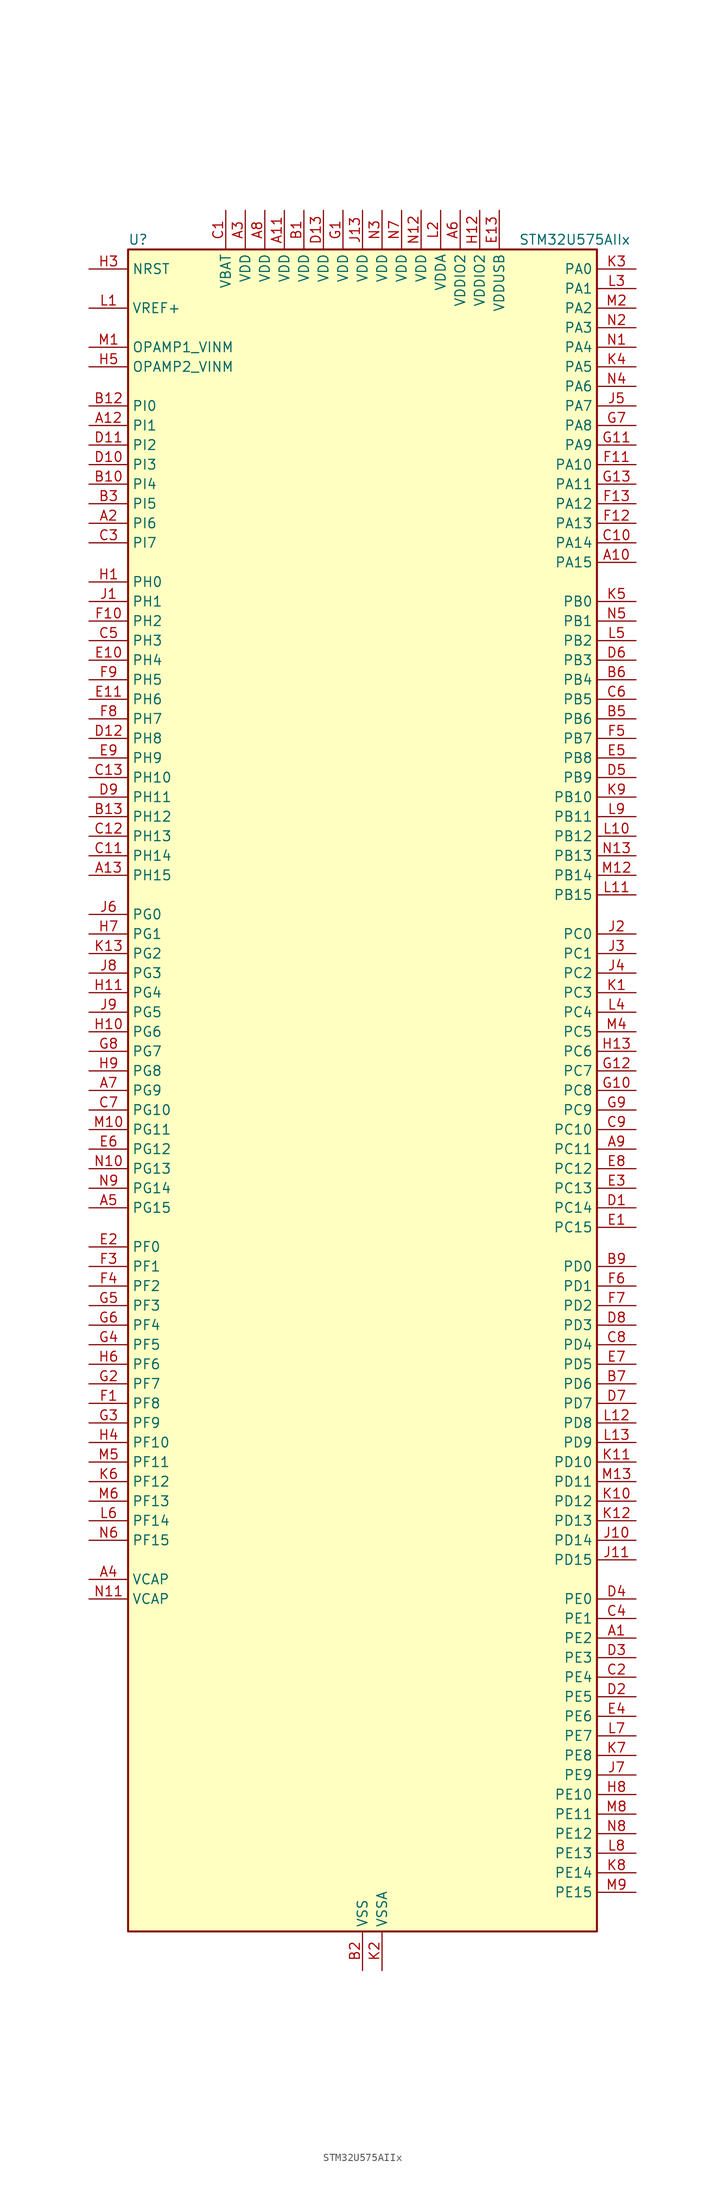
<source format=kicad_sym>
(kicad_symbol_lib
  (version 20211014)
  (generator kicad-library-utils)
  (symbol "STM32U575AIIx"
    (property "Reference" "U"
      (at -30.48 110.49 0)
      (effects (font (size 1.27 1.27)) (justify left)))
    (property "Value" "STM32U575AIIx"
      (at 20.32 110.49 0)
      (effects (font (size 1.27 1.27)) (justify left)))
    (property "ki_fp_filters" "*UFBGA*7x7mm*Layout13x13*P0.5mm*"
      (at 0.0 0.0 0.0)
      (effects (font (size 1.27 1.27))))
    (symbol "STM32U575AIIx_0_1"
      (rectangle (start -30.48 -109.22) (end 30.48 109.22) (stroke (width 0.254)) (fill (type background))))
    (symbol "STM32U575AIIx_1_1"
      (pin input line (at -35.56 106.68 0) (length 5.08) (name "NRST" (effects (font (size 1.27 1.27)))) (number "H3" (effects (font (size 1.27 1.27)))))
      (pin input line (at -35.56 101.6 0) (length 5.08) (name "VREF+" (effects (font (size 1.27 1.27)))) (number "L1" (effects (font (size 1.27 1.27)))) (alternate "VREFBUF_OUT" bidirectional line))
      (pin bidirectional line (at -35.56 96.52 0) (length 5.08) (name "OPAMP1_VINM" (effects (font (size 1.27 1.27)))) (number "M1" (effects (font (size 1.27 1.27)))) (alternate "OPAMP1_VINM" bidirectional line))
      (pin bidirectional line (at -35.56 93.98 0) (length 5.08) (name "OPAMP2_VINM" (effects (font (size 1.27 1.27)))) (number "H5" (effects (font (size 1.27 1.27)))) (alternate "OPAMP2_VINM" bidirectional line))
      (pin bidirectional line (at -35.56 88.9 0) (length 5.08) (name "PI0" (effects (font (size 1.27 1.27)))) (number "B12" (effects (font (size 1.27 1.27)))) (alternate "DCMI_D13" bidirectional line) (alternate "OCTOSPIM_P1_IO5" bidirectional line) (alternate "PSSI_D13" bidirectional line) (alternate "SPI2_NSS" bidirectional line) (alternate "TIM5_CH4" bidirectional line))
      (pin bidirectional line (at -35.56 86.36 0) (length 5.08) (name "PI1" (effects (font (size 1.27 1.27)))) (number "A12" (effects (font (size 1.27 1.27)))) (alternate "DCMI_D8" bidirectional line) (alternate "OCTOSPIM_P2_IO2" bidirectional line) (alternate "PSSI_D8" bidirectional line) (alternate "SPI2_SCK" bidirectional line))
      (pin bidirectional line (at -35.56 83.82 0) (length 5.08) (name "PI2" (effects (font (size 1.27 1.27)))) (number "D11" (effects (font (size 1.27 1.27)))) (alternate "DCMI_D9" bidirectional line) (alternate "OCTOSPIM_P2_IO1" bidirectional line) (alternate "PSSI_D9" bidirectional line) (alternate "SPI2_MISO" bidirectional line) (alternate "TIM8_CH4" bidirectional line))
      (pin bidirectional line (at -35.56 81.28 0) (length 5.08) (name "PI3" (effects (font (size 1.27 1.27)))) (number "D10" (effects (font (size 1.27 1.27)))) (alternate "DCMI_D10" bidirectional line) (alternate "OCTOSPIM_P2_IO0" bidirectional line) (alternate "PSSI_D10" bidirectional line) (alternate "SPI2_MOSI" bidirectional line) (alternate "TIM8_ETR" bidirectional line))
      (pin bidirectional line (at -35.56 78.74 0) (length 5.08) (name "PI4" (effects (font (size 1.27 1.27)))) (number "B10" (effects (font (size 1.27 1.27)))) (alternate "DCMI_D5" bidirectional line) (alternate "PSSI_D5" bidirectional line) (alternate "SPI2_RDY" bidirectional line) (alternate "TIM8_BKIN" bidirectional line))
      (pin bidirectional line (at -35.56 76.2 0) (length 5.08) (name "PI5" (effects (font (size 1.27 1.27)))) (number "B3" (effects (font (size 1.27 1.27)))) (alternate "DCMI_VSYNC" bidirectional line) (alternate "OCTOSPIM_P2_NCS" bidirectional line) (alternate "PSSI_RDY" bidirectional line) (alternate "TIM8_CH1" bidirectional line))
      (pin bidirectional line (at -35.56 73.66 0) (length 5.08) (name "PI6" (effects (font (size 1.27 1.27)))) (number "A2" (effects (font (size 1.27 1.27)))) (alternate "DCMI_D6" bidirectional line) (alternate "OCTOSPIM_P2_CLK" bidirectional line) (alternate "PSSI_D6" bidirectional line) (alternate "TIM8_CH2" bidirectional line))
      (pin bidirectional line (at -35.56 71.12 0) (length 5.08) (name "PI7" (effects (font (size 1.27 1.27)))) (number "C3" (effects (font (size 1.27 1.27)))) (alternate "DCMI_D7" bidirectional line) (alternate "OCTOSPIM_P2_NCLK" bidirectional line) (alternate "PSSI_D7" bidirectional line) (alternate "TIM8_CH3" bidirectional line))
      (pin bidirectional line (at -35.56 66.04 0) (length 5.08) (name "PH0" (effects (font (size 1.27 1.27)))) (number "H1" (effects (font (size 1.27 1.27)))) (alternate "RCC_OSC_IN" bidirectional line))
      (pin bidirectional line (at -35.56 63.5 0) (length 5.08) (name "PH1" (effects (font (size 1.27 1.27)))) (number "J1" (effects (font (size 1.27 1.27)))) (alternate "RCC_OSC_OUT" bidirectional line))
      (pin bidirectional line (at -35.56 60.96 0) (length 5.08) (name "PH2" (effects (font (size 1.27 1.27)))) (number "F10" (effects (font (size 1.27 1.27)))) (alternate "OCTOSPIM_P1_IO4" bidirectional line))
      (pin bidirectional line (at -35.56 58.42 0) (length 5.08) (name "PH3" (effects (font (size 1.27 1.27)))) (number "C5" (effects (font (size 1.27 1.27)))))
      (pin bidirectional line (at -35.56 55.88 0) (length 5.08) (name "PH4" (effects (font (size 1.27 1.27)))) (number "E10" (effects (font (size 1.27 1.27)))) (alternate "I2C2_SCL" bidirectional line) (alternate "OCTOSPIM_P2_DQS" bidirectional line) (alternate "PSSI_D14" bidirectional line))
      (pin bidirectional line (at -35.56 53.34 0) (length 5.08) (name "PH5" (effects (font (size 1.27 1.27)))) (number "F9" (effects (font (size 1.27 1.27)))) (alternate "DCMI_PIXCLK" bidirectional line) (alternate "I2C2_SDA" bidirectional line) (alternate "PSSI_PDCK" bidirectional line))
      (pin bidirectional line (at -35.56 50.8 0) (length 5.08) (name "PH6" (effects (font (size 1.27 1.27)))) (number "E11" (effects (font (size 1.27 1.27)))) (alternate "DCMI_D8" bidirectional line) (alternate "I2C2_SMBA" bidirectional line) (alternate "OCTOSPIM_P2_CLK" bidirectional line) (alternate "PSSI_D8" bidirectional line))
      (pin bidirectional line (at -35.56 48.26 0) (length 5.08) (name "PH7" (effects (font (size 1.27 1.27)))) (number "F8" (effects (font (size 1.27 1.27)))) (alternate "DCMI_D9" bidirectional line) (alternate "I2C3_SCL" bidirectional line) (alternate "OCTOSPIM_P2_NCLK" bidirectional line) (alternate "PSSI_D9" bidirectional line))
      (pin bidirectional line (at -35.56 45.72 0) (length 5.08) (name "PH8" (effects (font (size 1.27 1.27)))) (number "D12" (effects (font (size 1.27 1.27)))) (alternate "DCMI_HSYNC" bidirectional line) (alternate "I2C3_SDA" bidirectional line) (alternate "OCTOSPIM_P2_IO3" bidirectional line) (alternate "PSSI_DE" bidirectional line))
      (pin bidirectional line (at -35.56 43.18 0) (length 5.08) (name "PH9" (effects (font (size 1.27 1.27)))) (number "E9" (effects (font (size 1.27 1.27)))) (alternate "DAC1_EXTI9" bidirectional line) (alternate "DCMI_D0" bidirectional line) (alternate "I2C3_SMBA" bidirectional line) (alternate "OCTOSPIM_P2_IO4" bidirectional line) (alternate "PSSI_D0" bidirectional line))
      (pin bidirectional line (at -35.56 40.64 0) (length 5.08) (name "PH10" (effects (font (size 1.27 1.27)))) (number "C13" (effects (font (size 1.27 1.27)))) (alternate "DCMI_D1" bidirectional line) (alternate "OCTOSPIM_P2_IO5" bidirectional line) (alternate "PSSI_D1" bidirectional line) (alternate "TIM5_CH1" bidirectional line))
      (pin bidirectional line (at -35.56 38.1 0) (length 5.08) (name "PH11" (effects (font (size 1.27 1.27)))) (number "D9" (effects (font (size 1.27 1.27)))) (alternate "ADC1_EXTI11" bidirectional line) (alternate "DCMI_D2" bidirectional line) (alternate "OCTOSPIM_P2_IO6" bidirectional line) (alternate "PSSI_D2" bidirectional line) (alternate "TIM5_CH2" bidirectional line))
      (pin bidirectional line (at -35.56 35.56 0) (length 5.08) (name "PH12" (effects (font (size 1.27 1.27)))) (number "B13" (effects (font (size 1.27 1.27)))) (alternate "DCMI_D3" bidirectional line) (alternate "OCTOSPIM_P2_IO7" bidirectional line) (alternate "PSSI_D3" bidirectional line) (alternate "TIM5_CH3" bidirectional line) (alternate "TIM8_CH4N" bidirectional line))
      (pin bidirectional line (at -35.56 33.02 0) (length 5.08) (name "PH13" (effects (font (size 1.27 1.27)))) (number "C12" (effects (font (size 1.27 1.27)))) (alternate "FDCAN1_TX" bidirectional line) (alternate "TIM8_CH1N" bidirectional line))
      (pin bidirectional line (at -35.56 30.48 0) (length 5.08) (name "PH14" (effects (font (size 1.27 1.27)))) (number "C11" (effects (font (size 1.27 1.27)))) (alternate "DCMI_D4" bidirectional line) (alternate "FDCAN1_RX" bidirectional line) (alternate "PSSI_D4" bidirectional line) (alternate "TIM8_CH2N" bidirectional line))
      (pin bidirectional line (at -35.56 27.94 0) (length 5.08) (name "PH15" (effects (font (size 1.27 1.27)))) (number "A13" (effects (font (size 1.27 1.27)))) (alternate "ADC1_EXTI15" bidirectional line) (alternate "ADC4_EXTI15" bidirectional line) (alternate "DCMI_D11" bidirectional line) (alternate "OCTOSPIM_P2_IO6" bidirectional line) (alternate "PSSI_D11" bidirectional line) (alternate "TIM8_CH3N" bidirectional line))
      (pin bidirectional line (at -35.56 22.86 0) (length 5.08) (name "PG0" (effects (font (size 1.27 1.27)))) (number "J6" (effects (font (size 1.27 1.27)))) (alternate "ADC4_IN7" bidirectional line) (alternate "FMC_A10" bidirectional line) (alternate "OCTOSPIM_P2_IO4" bidirectional line) (alternate "TSC_G8_IO3" bidirectional line))
      (pin bidirectional line (at -35.56 20.32 0) (length 5.08) (name "PG1" (effects (font (size 1.27 1.27)))) (number "H7" (effects (font (size 1.27 1.27)))) (alternate "ADC4_IN8" bidirectional line) (alternate "FMC_A11" bidirectional line) (alternate "OCTOSPIM_P2_IO5" bidirectional line) (alternate "TSC_G8_IO4" bidirectional line))
      (pin bidirectional line (at -35.56 17.78 0) (length 5.08) (name "PG2" (effects (font (size 1.27 1.27)))) (number "K13" (effects (font (size 1.27 1.27)))) (alternate "FMC_A12" bidirectional line) (alternate "SAI2_SCK_B" bidirectional line) (alternate "SPI1_SCK" bidirectional line))
      (pin bidirectional line (at -35.56 15.24 0) (length 5.08) (name "PG3" (effects (font (size 1.27 1.27)))) (number "J8" (effects (font (size 1.27 1.27)))) (alternate "FMC_A13" bidirectional line) (alternate "SAI2_FS_B" bidirectional line) (alternate "SPI1_MISO" bidirectional line))
      (pin bidirectional line (at -35.56 12.7 0) (length 5.08) (name "PG4" (effects (font (size 1.27 1.27)))) (number "H11" (effects (font (size 1.27 1.27)))) (alternate "FMC_A14" bidirectional line) (alternate "SAI2_MCLK_B" bidirectional line) (alternate "SPI1_MOSI" bidirectional line))
      (pin bidirectional line (at -35.56 10.16 0) (length 5.08) (name "PG5" (effects (font (size 1.27 1.27)))) (number "J9" (effects (font (size 1.27 1.27)))) (alternate "FMC_A15" bidirectional line) (alternate "LPUART1_CTS" bidirectional line) (alternate "SAI2_SD_B" bidirectional line) (alternate "SPI1_NSS" bidirectional line))
      (pin bidirectional line (at -35.56 7.62 0) (length 5.08) (name "PG6" (effects (font (size 1.27 1.27)))) (number "H10" (effects (font (size 1.27 1.27)))) (alternate "I2C3_SMBA" bidirectional line) (alternate "LPUART1_DE" bidirectional line) (alternate "LPUART1_RTS" bidirectional line) (alternate "OCTOSPIM_P1_DQS" bidirectional line) (alternate "SPI1_RDY" bidirectional line) (alternate "UCPD1_FRSTX1" bidirectional line))
      (pin bidirectional line (at -35.56 5.08 0) (length 5.08) (name "PG7" (effects (font (size 1.27 1.27)))) (number "G8" (effects (font (size 1.27 1.27)))) (alternate "FMC_INT" bidirectional line) (alternate "I2C3_SCL" bidirectional line) (alternate "LPUART1_TX" bidirectional line) (alternate "MDF1_CCK0" bidirectional line) (alternate "OCTOSPIM_P2_DQS" bidirectional line) (alternate "SAI1_CK1" bidirectional line) (alternate "SAI1_MCLK_A" bidirectional line) (alternate "UCPD1_FRSTX2" bidirectional line))
      (pin bidirectional line (at -35.56 2.54 0) (length 5.08) (name "PG8" (effects (font (size 1.27 1.27)))) (number "H9" (effects (font (size 1.27 1.27)))) (alternate "I2C3_SDA" bidirectional line) (alternate "LPUART1_RX" bidirectional line))
      (pin bidirectional line (at -35.56 0.0 0) (length 5.08) (name "PG9" (effects (font (size 1.27 1.27)))) (number "A7" (effects (font (size 1.27 1.27)))) (alternate "DAC1_EXTI9" bidirectional line) (alternate "FMC_NCE" bidirectional line) (alternate "FMC_NE2" bidirectional line) (alternate "OCTOSPIM_P2_IO6" bidirectional line) (alternate "SAI2_SCK_A" bidirectional line) (alternate "SPI3_SCK" bidirectional line) (alternate "TIM15_CH1N" bidirectional line) (alternate "USART1_TX" bidirectional line))
      (pin bidirectional line (at -35.56 -2.54 0) (length 5.08) (name "PG10" (effects (font (size 1.27 1.27)))) (number "C7" (effects (font (size 1.27 1.27)))) (alternate "FMC_NE3" bidirectional line) (alternate "LPTIM1_IN1" bidirectional line) (alternate "OCTOSPIM_P2_IO7" bidirectional line) (alternate "SAI2_FS_A" bidirectional line) (alternate "SPI3_MISO" bidirectional line) (alternate "TIM15_CH1" bidirectional line) (alternate "USART1_RX" bidirectional line))
      (pin bidirectional line (at -35.56 -5.08 0) (length 5.08) (name "PG11" (effects (font (size 1.27 1.27)))) (number "M10" (effects (font (size 1.27 1.27)))) (alternate "ADC1_EXTI11" bidirectional line) (alternate "LPTIM1_IN2" bidirectional line) (alternate "OCTOSPIM_P1_IO5" bidirectional line) (alternate "SAI2_MCLK_A" bidirectional line) (alternate "SPI3_MOSI" bidirectional line) (alternate "TIM15_CH2" bidirectional line) (alternate "USART1_CTS" bidirectional line))
      (pin bidirectional line (at -35.56 -7.62 0) (length 5.08) (name "PG12" (effects (font (size 1.27 1.27)))) (number "E6" (effects (font (size 1.27 1.27)))) (alternate "FMC_NE4" bidirectional line) (alternate "LPTIM1_ETR" bidirectional line) (alternate "OCTOSPIM_P2_NCS" bidirectional line) (alternate "SAI2_SD_A" bidirectional line) (alternate "SPI3_NSS" bidirectional line) (alternate "USART1_DE" bidirectional line) (alternate "USART1_RTS" bidirectional line))
      (pin bidirectional line (at -35.56 -10.16 0) (length 5.08) (name "PG13" (effects (font (size 1.27 1.27)))) (number "N10" (effects (font (size 1.27 1.27)))) (alternate "FMC_A24" bidirectional line) (alternate "I2C1_SDA" bidirectional line) (alternate "SPI3_RDY" bidirectional line) (alternate "USART1_CK" bidirectional line))
      (pin bidirectional line (at -35.56 -12.7 0) (length 5.08) (name "PG14" (effects (font (size 1.27 1.27)))) (number "N9" (effects (font (size 1.27 1.27)))) (alternate "FMC_A25" bidirectional line) (alternate "I2C1_SCL" bidirectional line) (alternate "LPTIM1_CH2" bidirectional line))
      (pin bidirectional line (at -35.56 -15.24 0) (length 5.08) (name "PG15" (effects (font (size 1.27 1.27)))) (number "A5" (effects (font (size 1.27 1.27)))) (alternate "ADC1_EXTI15" bidirectional line) (alternate "ADC4_EXTI15" bidirectional line) (alternate "DCMI_D13" bidirectional line) (alternate "I2C1_SMBA" bidirectional line) (alternate "LPTIM1_CH1" bidirectional line) (alternate "OCTOSPIM_P2_DQS" bidirectional line) (alternate "PSSI_D13" bidirectional line))
      (pin bidirectional line (at -35.56 -20.32 0) (length 5.08) (name "PF0" (effects (font (size 1.27 1.27)))) (number "E2" (effects (font (size 1.27 1.27)))) (alternate "FMC_A0" bidirectional line) (alternate "I2C2_SDA" bidirectional line) (alternate "OCTOSPIM_P2_IO0" bidirectional line))
      (pin bidirectional line (at -35.56 -22.86 0) (length 5.08) (name "PF1" (effects (font (size 1.27 1.27)))) (number "F3" (effects (font (size 1.27 1.27)))) (alternate "FMC_A1" bidirectional line) (alternate "I2C2_SCL" bidirectional line) (alternate "OCTOSPIM_P2_IO1" bidirectional line))
      (pin bidirectional line (at -35.56 -25.4 0) (length 5.08) (name "PF2" (effects (font (size 1.27 1.27)))) (number "F4" (effects (font (size 1.27 1.27)))) (alternate "FMC_A2" bidirectional line) (alternate "I2C2_SMBA" bidirectional line) (alternate "LPTIM3_CH2" bidirectional line) (alternate "OCTOSPIM_P2_IO2" bidirectional line) (alternate "PWR_WKUP8" bidirectional line))
      (pin bidirectional line (at -35.56 -27.94 0) (length 5.08) (name "PF3" (effects (font (size 1.27 1.27)))) (number "G5" (effects (font (size 1.27 1.27)))) (alternate "FMC_A3" bidirectional line) (alternate "LPTIM3_IN1" bidirectional line) (alternate "OCTOSPIM_P2_IO3" bidirectional line))
      (pin bidirectional line (at -35.56 -30.48 0) (length 5.08) (name "PF4" (effects (font (size 1.27 1.27)))) (number "G6" (effects (font (size 1.27 1.27)))) (alternate "FMC_A4" bidirectional line) (alternate "LPTIM3_ETR" bidirectional line) (alternate "OCTOSPIM_P2_CLK" bidirectional line))
      (pin bidirectional line (at -35.56 -33.02 0) (length 5.08) (name "PF5" (effects (font (size 1.27 1.27)))) (number "G4" (effects (font (size 1.27 1.27)))) (alternate "FMC_A5" bidirectional line) (alternate "LPTIM3_CH1" bidirectional line) (alternate "OCTOSPIM_P2_NCLK" bidirectional line))
      (pin bidirectional line (at -35.56 -35.56 0) (length 5.08) (name "PF6" (effects (font (size 1.27 1.27)))) (number "H6" (effects (font (size 1.27 1.27)))) (alternate "DCMI_D12" bidirectional line) (alternate "OCTOSPIM_P1_IO3" bidirectional line) (alternate "OCTOSPIM_P2_NCS" bidirectional line) (alternate "PSSI_D12" bidirectional line) (alternate "SAI1_SD_B" bidirectional line) (alternate "TIM5_CH1" bidirectional line) (alternate "TIM5_ETR" bidirectional line))
      (pin bidirectional line (at -35.56 -38.1 0) (length 5.08) (name "PF7" (effects (font (size 1.27 1.27)))) (number "G2" (effects (font (size 1.27 1.27)))) (alternate "FDCAN1_RX" bidirectional line) (alternate "OCTOSPIM_P1_IO2" bidirectional line) (alternate "SAI1_MCLK_B" bidirectional line) (alternate "TIM5_CH2" bidirectional line))
      (pin bidirectional line (at -35.56 -40.64 0) (length 5.08) (name "PF8" (effects (font (size 1.27 1.27)))) (number "F1" (effects (font (size 1.27 1.27)))) (alternate "FDCAN1_TX" bidirectional line) (alternate "OCTOSPIM_P1_IO0" bidirectional line) (alternate "PSSI_D14" bidirectional line) (alternate "SAI1_SCK_B" bidirectional line) (alternate "TIM5_CH3" bidirectional line))
      (pin bidirectional line (at -35.56 -43.18 0) (length 5.08) (name "PF9" (effects (font (size 1.27 1.27)))) (number "G3" (effects (font (size 1.27 1.27)))) (alternate "DAC1_EXTI9" bidirectional line) (alternate "OCTOSPIM_P1_IO1" bidirectional line) (alternate "PSSI_D15" bidirectional line) (alternate "SAI1_FS_B" bidirectional line) (alternate "TIM15_CH1" bidirectional line) (alternate "TIM5_CH4" bidirectional line))
      (pin bidirectional line (at -35.56 -45.72 0) (length 5.08) (name "PF10" (effects (font (size 1.27 1.27)))) (number "H4" (effects (font (size 1.27 1.27)))) (alternate "DCMI_D11" bidirectional line) (alternate "MDF1_CCK1" bidirectional line) (alternate "OCTOSPIM_P1_CLK" bidirectional line) (alternate "PSSI_D11" bidirectional line) (alternate "PSSI_D15" bidirectional line) (alternate "SAI1_D3" bidirectional line) (alternate "TIM15_CH2" bidirectional line))
      (pin bidirectional line (at -35.56 -48.26 0) (length 5.08) (name "PF11" (effects (font (size 1.27 1.27)))) (number "M5" (effects (font (size 1.27 1.27)))) (alternate "ADC1_EXTI11" bidirectional line) (alternate "DCMI_D12" bidirectional line) (alternate "LPTIM4_IN1" bidirectional line) (alternate "OCTOSPIM_P1_NCLK" bidirectional line) (alternate "PSSI_D12" bidirectional line))
      (pin bidirectional line (at -35.56 -50.8 0) (length 5.08) (name "PF12" (effects (font (size 1.27 1.27)))) (number "K6" (effects (font (size 1.27 1.27)))) (alternate "FMC_A6" bidirectional line) (alternate "LPTIM4_ETR" bidirectional line) (alternate "OCTOSPIM_P2_DQS" bidirectional line))
      (pin bidirectional line (at -35.56 -53.34 0) (length 5.08) (name "PF13" (effects (font (size 1.27 1.27)))) (number "M6" (effects (font (size 1.27 1.27)))) (alternate "FMC_A7" bidirectional line) (alternate "I2C4_SMBA" bidirectional line) (alternate "LPTIM4_OUT" bidirectional line) (alternate "UCPD1_FRSTX2" bidirectional line))
      (pin bidirectional line (at -35.56 -55.88 0) (length 5.08) (name "PF14" (effects (font (size 1.27 1.27)))) (number "L6" (effects (font (size 1.27 1.27)))) (alternate "ADC4_IN5" bidirectional line) (alternate "FMC_A8" bidirectional line) (alternate "I2C4_SCL" bidirectional line) (alternate "TSC_G8_IO1" bidirectional line))
      (pin bidirectional line (at -35.56 -58.42 0) (length 5.08) (name "PF15" (effects (font (size 1.27 1.27)))) (number "N6" (effects (font (size 1.27 1.27)))) (alternate "ADC1_EXTI15" bidirectional line) (alternate "ADC4_EXTI15" bidirectional line) (alternate "ADC4_IN6" bidirectional line) (alternate "FMC_A9" bidirectional line) (alternate "I2C4_SDA" bidirectional line) (alternate "TSC_G8_IO2" bidirectional line))
      (pin power_out line (at -35.56 -63.5 0) (length 5.08) (name "VCAP" (effects (font (size 1.27 1.27)))) (number "A4" (effects (font (size 1.27 1.27)))))
      (pin power_out line (at -35.56 -66.04 0) (length 5.08) (name "VCAP" (effects (font (size 1.27 1.27)))) (number "N11" (effects (font (size 1.27 1.27)))))
      (pin bidirectional line (at 35.56 106.68 180) (length 5.08) (name "PA0" (effects (font (size 1.27 1.27)))) (number "K3" (effects (font (size 1.27 1.27)))) (alternate "ADC1_IN5" bidirectional line) (alternate "AUDIOCLK" bidirectional line) (alternate "OCTOSPIM_P2_NCS" bidirectional line) (alternate "OPAMP1_VINP" bidirectional line) (alternate "PWR_WKUP1" bidirectional line) (alternate "SDMMC2_CMD" bidirectional line) (alternate "SPI3_RDY" bidirectional line) (alternate "TAMP_IN2" bidirectional line) (alternate "TAMP_OUT1" bidirectional line) (alternate "TIM2_CH1" bidirectional line) (alternate "TIM2_ETR" bidirectional line) (alternate "TIM5_CH1" bidirectional line) (alternate "TIM8_ETR" bidirectional line) (alternate "UART4_TX" bidirectional line) (alternate "USART2_CTS" bidirectional line))
      (pin bidirectional line (at 35.56 104.14 180) (length 5.08) (name "PA1" (effects (font (size 1.27 1.27)))) (number "L3" (effects (font (size 1.27 1.27)))) (alternate "ADC1_IN6" bidirectional line) (alternate "I2C1_SMBA" bidirectional line) (alternate "LPTIM1_CH2" bidirectional line) (alternate "OCTOSPIM_P1_DQS" bidirectional line) (alternate "OPAMP1_VINM" bidirectional line) (alternate "PWR_WKUP3" bidirectional line) (alternate "SPI1_SCK" bidirectional line) (alternate "TAMP_IN5" bidirectional line) (alternate "TAMP_OUT4" bidirectional line) (alternate "TIM15_CH1N" bidirectional line) (alternate "TIM2_CH2" bidirectional line) (alternate "TIM5_CH2" bidirectional line) (alternate "UART4_RX" bidirectional line) (alternate "USART2_DE" bidirectional line) (alternate "USART2_RTS" bidirectional line))
      (pin bidirectional line (at 35.56 101.6 180) (length 5.08) (name "PA2" (effects (font (size 1.27 1.27)))) (number "M2" (effects (font (size 1.27 1.27)))) (alternate "ADC1_IN7" bidirectional line) (alternate "COMP1_INP" bidirectional line) (alternate "LPUART1_TX" bidirectional line) (alternate "OCTOSPIM_P1_NCS" bidirectional line) (alternate "PWR_WKUP4" bidirectional line) (alternate "RCC_LSCO" bidirectional line) (alternate "SPI1_RDY" bidirectional line) (alternate "TIM15_CH1" bidirectional line) (alternate "TIM2_CH3" bidirectional line) (alternate "TIM5_CH3" bidirectional line) (alternate "UCPD1_FRSTX1" bidirectional line) (alternate "USART2_TX" bidirectional line))
      (pin bidirectional line (at 35.56 99.06 180) (length 5.08) (name "PA3" (effects (font (size 1.27 1.27)))) (number "N2" (effects (font (size 1.27 1.27)))) (alternate "ADC1_IN8" bidirectional line) (alternate "LPUART1_RX" bidirectional line) (alternate "OCTOSPIM_P1_CLK" bidirectional line) (alternate "OPAMP1_VOUT" bidirectional line) (alternate "PWR_WKUP5" bidirectional line) (alternate "SAI1_CK1" bidirectional line) (alternate "SAI1_MCLK_A" bidirectional line) (alternate "TIM15_CH2" bidirectional line) (alternate "TIM2_CH4" bidirectional line) (alternate "TIM5_CH4" bidirectional line) (alternate "USART2_RX" bidirectional line))
      (pin bidirectional line (at 35.56 96.52 180) (length 5.08) (name "PA4" (effects (font (size 1.27 1.27)))) (number "N1" (effects (font (size 1.27 1.27)))) (alternate "ADC1_IN9" bidirectional line) (alternate "ADC4_IN9" bidirectional line) (alternate "DAC1_OUT1" bidirectional line) (alternate "DCMI_HSYNC" bidirectional line) (alternate "LPTIM2_CH1" bidirectional line) (alternate "OCTOSPIM_P1_NCS" bidirectional line) (alternate "PSSI_DE" bidirectional line) (alternate "PWR_WKUP2" bidirectional line) (alternate "SAI1_FS_B" bidirectional line) (alternate "SPI1_NSS" bidirectional line) (alternate "SPI3_NSS" bidirectional line) (alternate "USART2_CK" bidirectional line))
      (pin bidirectional line (at 35.56 93.98 180) (length 5.08) (name "PA5" (effects (font (size 1.27 1.27)))) (number "K4" (effects (font (size 1.27 1.27)))) (alternate "ADC1_IN10" bidirectional line) (alternate "ADC4_IN10" bidirectional line) (alternate "DAC1_OUT2" bidirectional line) (alternate "LPTIM2_ETR" bidirectional line) (alternate "PSSI_D14" bidirectional line) (alternate "PWR_CSLEEP" bidirectional line) (alternate "PWR_WKUP6" bidirectional line) (alternate "SPI1_SCK" bidirectional line) (alternate "TIM2_CH1" bidirectional line) (alternate "TIM2_ETR" bidirectional line) (alternate "TIM8_CH1N" bidirectional line) (alternate "USART3_RX" bidirectional line))
      (pin bidirectional line (at 35.56 91.44 180) (length 5.08) (name "PA6" (effects (font (size 1.27 1.27)))) (number "N4" (effects (font (size 1.27 1.27)))) (alternate "ADC1_IN11" bidirectional line) (alternate "ADC4_IN11" bidirectional line) (alternate "DCMI_PIXCLK" bidirectional line) (alternate "LPUART1_CTS" bidirectional line) (alternate "OCTOSPIM_P1_IO3" bidirectional line) (alternate "OPAMP2_VINP" bidirectional line) (alternate "PSSI_PDCK" bidirectional line) (alternate "PWR_CDSTOP" bidirectional line) (alternate "PWR_WKUP7" bidirectional line) (alternate "SPI1_MISO" bidirectional line) (alternate "TIM16_CH1" bidirectional line) (alternate "TIM1_BKIN" bidirectional line) (alternate "TIM3_CH1" bidirectional line) (alternate "TIM8_BKIN" bidirectional line) (alternate "USART3_CTS" bidirectional line))
      (pin bidirectional line (at 35.56 88.9 180) (length 5.08) (name "PA7" (effects (font (size 1.27 1.27)))) (number "J5" (effects (font (size 1.27 1.27)))) (alternate "ADC1_IN12" bidirectional line) (alternate "ADC4_IN20" bidirectional line) (alternate "I2C3_SCL" bidirectional line) (alternate "LPTIM2_CH2" bidirectional line) (alternate "OCTOSPIM_P1_IO2" bidirectional line) (alternate "OPAMP2_VINM" bidirectional line) (alternate "PWR_SRDSTOP" bidirectional line) (alternate "PWR_WKUP8" bidirectional line) (alternate "SPI1_MOSI" bidirectional line) (alternate "TIM17_CH1" bidirectional line) (alternate "TIM1_CH1N" bidirectional line) (alternate "TIM3_CH2" bidirectional line) (alternate "TIM8_CH1N" bidirectional line) (alternate "USART3_TX" bidirectional line))
      (pin bidirectional line (at 35.56 86.36 180) (length 5.08) (name "PA8" (effects (font (size 1.27 1.27)))) (number "G7" (effects (font (size 1.27 1.27)))) (alternate "DEBUG_TRACECLK" bidirectional line) (alternate "LPTIM2_CH1" bidirectional line) (alternate "RCC_MCO" bidirectional line) (alternate "SAI1_CK2" bidirectional line) (alternate "SAI1_SCK_A" bidirectional line) (alternate "SPI1_RDY" bidirectional line) (alternate "TIM1_CH1" bidirectional line) (alternate "USART1_CK" bidirectional line) (alternate "USB_OTG_FS_SOF" bidirectional line))
      (pin bidirectional line (at 35.56 83.82 180) (length 5.08) (name "PA9" (effects (font (size 1.27 1.27)))) (number "G11" (effects (font (size 1.27 1.27)))) (alternate "DAC1_EXTI9" bidirectional line) (alternate "DCMI_D0" bidirectional line) (alternate "PSSI_D0" bidirectional line) (alternate "SAI1_FS_A" bidirectional line) (alternate "SPI2_SCK" bidirectional line) (alternate "TIM15_BKIN" bidirectional line) (alternate "TIM1_CH2" bidirectional line) (alternate "USART1_TX" bidirectional line) (alternate "USB_OTG_FS_VBUS" bidirectional line))
      (pin bidirectional line (at 35.56 81.28 180) (length 5.08) (name "PA10" (effects (font (size 1.27 1.27)))) (number "F11" (effects (font (size 1.27 1.27)))) (alternate "CRS_SYNC" bidirectional line) (alternate "DCMI_D1" bidirectional line) (alternate "LPTIM2_IN2" bidirectional line) (alternate "PSSI_D1" bidirectional line) (alternate "SAI1_D1" bidirectional line) (alternate "SAI1_SD_A" bidirectional line) (alternate "TIM17_BKIN" bidirectional line) (alternate "TIM1_CH3" bidirectional line) (alternate "USART1_RX" bidirectional line) (alternate "USB_OTG_FS_ID" bidirectional line))
      (pin bidirectional line (at 35.56 78.74 180) (length 5.08) (name "PA11" (effects (font (size 1.27 1.27)))) (number "G13" (effects (font (size 1.27 1.27)))) (alternate "ADC1_EXTI11" bidirectional line) (alternate "FDCAN1_RX" bidirectional line) (alternate "SPI1_MISO" bidirectional line) (alternate "TIM1_BKIN2" bidirectional line) (alternate "TIM1_CH4" bidirectional line) (alternate "USART1_CTS" bidirectional line) (alternate "USB_OTG_FS_DM" bidirectional line))
      (pin bidirectional line (at 35.56 76.2 180) (length 5.08) (name "PA12" (effects (font (size 1.27 1.27)))) (number "F13" (effects (font (size 1.27 1.27)))) (alternate "FDCAN1_TX" bidirectional line) (alternate "OCTOSPIM_P2_NCS" bidirectional line) (alternate "SPI1_MOSI" bidirectional line) (alternate "TIM1_ETR" bidirectional line) (alternate "USART1_DE" bidirectional line) (alternate "USART1_RTS" bidirectional line) (alternate "USB_OTG_FS_DP" bidirectional line))
      (pin bidirectional line (at 35.56 73.66 180) (length 5.08) (name "PA13" (effects (font (size 1.27 1.27)))) (number "F12" (effects (font (size 1.27 1.27)))) (alternate "DEBUG_JTMS-SWDIO" bidirectional line) (alternate "IR_OUT" bidirectional line) (alternate "SAI1_SD_B" bidirectional line) (alternate "USB_OTG_FS_NOE" bidirectional line))
      (pin bidirectional line (at 35.56 71.12 180) (length 5.08) (name "PA14" (effects (font (size 1.27 1.27)))) (number "C10" (effects (font (size 1.27 1.27)))) (alternate "DEBUG_JTCK-SWCLK" bidirectional line) (alternate "I2C1_SMBA" bidirectional line) (alternate "I2C4_SMBA" bidirectional line) (alternate "LPTIM1_CH1" bidirectional line) (alternate "SAI1_FS_B" bidirectional line) (alternate "USB_OTG_FS_SOF" bidirectional line))
      (pin bidirectional line (at 35.56 68.58 180) (length 5.08) (name "PA15" (effects (font (size 1.27 1.27)))) (number "A10" (effects (font (size 1.27 1.27)))) (alternate "ADC1_EXTI15" bidirectional line) (alternate "ADC4_EXTI15" bidirectional line) (alternate "DEBUG_JTDI" bidirectional line) (alternate "SAI2_FS_B" bidirectional line) (alternate "SPI1_NSS" bidirectional line) (alternate "SPI3_NSS" bidirectional line) (alternate "TIM2_CH1" bidirectional line) (alternate "TIM2_ETR" bidirectional line) (alternate "UART4_DE" bidirectional line) (alternate "UART4_RTS" bidirectional line) (alternate "UCPD1_CC1" bidirectional line) (alternate "USART2_RX" bidirectional line) (alternate "USART3_DE" bidirectional line) (alternate "USART3_RTS" bidirectional line))
      (pin bidirectional line (at 35.56 63.5 180) (length 5.08) (name "PB0" (effects (font (size 1.27 1.27)))) (number "K5" (effects (font (size 1.27 1.27)))) (alternate "ADC1_IN15" bidirectional line) (alternate "ADC4_IN18" bidirectional line) (alternate "AUDIOCLK" bidirectional line) (alternate "COMP1_OUT" bidirectional line) (alternate "LPTIM3_CH1" bidirectional line) (alternate "OCTOSPIM_P1_IO1" bidirectional line) (alternate "OPAMP2_VOUT" bidirectional line) (alternate "SPI1_NSS" bidirectional line) (alternate "TIM1_CH2N" bidirectional line) (alternate "TIM3_CH3" bidirectional line) (alternate "TIM8_CH2N" bidirectional line) (alternate "USART3_CK" bidirectional line))
      (pin bidirectional line (at 35.56 60.96 180) (length 5.08) (name "PB1" (effects (font (size 1.27 1.27)))) (number "N5" (effects (font (size 1.27 1.27)))) (alternate "ADC1_IN16" bidirectional line) (alternate "ADC4_IN19" bidirectional line) (alternate "COMP1_INM" bidirectional line) (alternate "LPTIM2_IN1" bidirectional line) (alternate "LPTIM3_CH2" bidirectional line) (alternate "LPUART1_DE" bidirectional line) (alternate "LPUART1_RTS" bidirectional line) (alternate "MDF1_SDI0" bidirectional line) (alternate "OCTOSPIM_P1_IO0" bidirectional line) (alternate "PWR_WKUP4" bidirectional line) (alternate "TIM1_CH3N" bidirectional line) (alternate "TIM3_CH4" bidirectional line) (alternate "TIM8_CH3N" bidirectional line) (alternate "USART3_DE" bidirectional line) (alternate "USART3_RTS" bidirectional line))
      (pin bidirectional line (at 35.56 58.42 180) (length 5.08) (name "PB2" (effects (font (size 1.27 1.27)))) (number "L5" (effects (font (size 1.27 1.27)))) (alternate "ADC1_IN17" bidirectional line) (alternate "COMP1_INP" bidirectional line) (alternate "I2C3_SMBA" bidirectional line) (alternate "LPTIM1_CH1" bidirectional line) (alternate "MDF1_CKI0" bidirectional line) (alternate "OCTOSPIM_P1_DQS" bidirectional line) (alternate "PWR_WKUP1" bidirectional line) (alternate "RTC_OUT2" bidirectional line) (alternate "SPI1_RDY" bidirectional line) (alternate "TIM8_CH4N" bidirectional line) (alternate "UCPD1_FRSTX1" bidirectional line))
      (pin bidirectional line (at 35.56 55.88 180) (length 5.08) (name "PB3" (effects (font (size 1.27 1.27)))) (number "D6" (effects (font (size 1.27 1.27)))) (alternate "ADF1_CCK0" bidirectional line) (alternate "COMP2_INM" bidirectional line) (alternate "CRS_SYNC" bidirectional line) (alternate "DEBUG_JTDO-SWO" bidirectional line) (alternate "I2C1_SDA" bidirectional line) (alternate "LPTIM1_CH1" bidirectional line) (alternate "SAI1_SCK_B" bidirectional line) (alternate "SDMMC2_D2" bidirectional line) (alternate "SPI1_SCK" bidirectional line) (alternate "SPI3_SCK" bidirectional line) (alternate "TIM2_CH2" bidirectional line) (alternate "USART1_DE" bidirectional line) (alternate "USART1_RTS" bidirectional line))
      (pin bidirectional line (at 35.56 53.34 180) (length 5.08) (name "PB4" (effects (font (size 1.27 1.27)))) (number "B6" (effects (font (size 1.27 1.27)))) (alternate "ADF1_SDI0" bidirectional line) (alternate "COMP2_INP" bidirectional line) (alternate "DCMI_D12" bidirectional line) (alternate "DEBUG_JTRST" bidirectional line) (alternate "I2C3_SDA" bidirectional line) (alternate "LPTIM1_CH2" bidirectional line) (alternate "PSSI_D12" bidirectional line) (alternate "SAI1_MCLK_B" bidirectional line) (alternate "SDMMC2_D3" bidirectional line) (alternate "SPI1_MISO" bidirectional line) (alternate "SPI3_MISO" bidirectional line) (alternate "TIM17_BKIN" bidirectional line) (alternate "TIM3_CH1" bidirectional line) (alternate "TSC_G2_IO1" bidirectional line) (alternate "UART5_DE" bidirectional line) (alternate "UART5_RTS" bidirectional line) (alternate "USART1_CTS" bidirectional line))
      (pin bidirectional line (at 35.56 50.8 180) (length 5.08) (name "PB5" (effects (font (size 1.27 1.27)))) (number "C6" (effects (font (size 1.27 1.27)))) (alternate "COMP2_OUT" bidirectional line) (alternate "DCMI_D10" bidirectional line) (alternate "I2C1_SMBA" bidirectional line) (alternate "LPTIM1_IN1" bidirectional line) (alternate "OCTOSPIM_P1_NCLK" bidirectional line) (alternate "PSSI_D10" bidirectional line) (alternate "PWR_WKUP6" bidirectional line) (alternate "SAI1_SD_B" bidirectional line) (alternate "SPI1_MOSI" bidirectional line) (alternate "SPI3_MOSI" bidirectional line) (alternate "TIM16_BKIN" bidirectional line) (alternate "TIM3_CH2" bidirectional line) (alternate "TSC_G2_IO2" bidirectional line) (alternate "UART5_CTS" bidirectional line) (alternate "UCPD1_DBCC1" bidirectional line) (alternate "USART1_CK" bidirectional line))
      (pin bidirectional line (at 35.56 48.26 180) (length 5.08) (name "PB6" (effects (font (size 1.27 1.27)))) (number "B5" (effects (font (size 1.27 1.27)))) (alternate "COMP2_INP" bidirectional line) (alternate "DCMI_D5" bidirectional line) (alternate "I2C1_SCL" bidirectional line) (alternate "I2C4_SCL" bidirectional line) (alternate "LPTIM1_ETR" bidirectional line) (alternate "MDF1_SDI5" bidirectional line) (alternate "PSSI_D5" bidirectional line) (alternate "PWR_WKUP3" bidirectional line) (alternate "SAI1_FS_B" bidirectional line) (alternate "TIM16_CH1N" bidirectional line) (alternate "TIM4_CH1" bidirectional line) (alternate "TIM8_BKIN2" bidirectional line) (alternate "TSC_G2_IO3" bidirectional line) (alternate "USART1_TX" bidirectional line))
      (pin bidirectional line (at 35.56 45.72 180) (length 5.08) (name "PB7" (effects (font (size 1.27 1.27)))) (number "F5" (effects (font (size 1.27 1.27)))) (alternate "COMP2_INM" bidirectional line) (alternate "DCMI_VSYNC" bidirectional line) (alternate "FMC_NL" bidirectional line) (alternate "I2C1_SDA" bidirectional line) (alternate "I2C4_SDA" bidirectional line) (alternate "LPTIM1_IN2" bidirectional line) (alternate "MDF1_CKI5" bidirectional line) (alternate "PSSI_RDY" bidirectional line) (alternate "PWR_PVD_IN" bidirectional line) (alternate "PWR_WKUP4" bidirectional line) (alternate "TIM17_CH1N" bidirectional line) (alternate "TIM4_CH2" bidirectional line) (alternate "TIM8_BKIN" bidirectional line) (alternate "TSC_G2_IO4" bidirectional line) (alternate "UART4_CTS" bidirectional line) (alternate "USART1_RX" bidirectional line))
      (pin bidirectional line (at 35.56 43.18 180) (length 5.08) (name "PB8" (effects (font (size 1.27 1.27)))) (number "E5" (effects (font (size 1.27 1.27)))) (alternate "DCMI_D6" bidirectional line) (alternate "FDCAN1_RX" bidirectional line) (alternate "I2C1_SCL" bidirectional line) (alternate "MDF1_CCK0" bidirectional line) (alternate "PSSI_D6" bidirectional line) (alternate "PWR_WKUP5" bidirectional line) (alternate "SAI1_CK1" bidirectional line) (alternate "SAI1_MCLK_A" bidirectional line) (alternate "SDMMC1_CKIN" bidirectional line) (alternate "SDMMC1_D4" bidirectional line) (alternate "SDMMC2_D4" bidirectional line) (alternate "SPI3_RDY" bidirectional line) (alternate "TIM16_CH1" bidirectional line) (alternate "TIM4_CH3" bidirectional line))
      (pin bidirectional line (at 35.56 40.64 180) (length 5.08) (name "PB9" (effects (font (size 1.27 1.27)))) (number "D5" (effects (font (size 1.27 1.27)))) (alternate "DAC1_EXTI9" bidirectional line) (alternate "DCMI_D7" bidirectional line) (alternate "FDCAN1_TX" bidirectional line) (alternate "I2C1_SDA" bidirectional line) (alternate "IR_OUT" bidirectional line) (alternate "PSSI_D7" bidirectional line) (alternate "SAI1_D2" bidirectional line) (alternate "SAI1_FS_A" bidirectional line) (alternate "SDMMC1_CDIR" bidirectional line) (alternate "SDMMC1_D5" bidirectional line) (alternate "SDMMC2_D5" bidirectional line) (alternate "SPI2_NSS" bidirectional line) (alternate "TIM17_CH1" bidirectional line) (alternate "TIM4_CH4" bidirectional line))
      (pin bidirectional line (at 35.56 38.1 180) (length 5.08) (name "PB10" (effects (font (size 1.27 1.27)))) (number "K9" (effects (font (size 1.27 1.27)))) (alternate "COMP1_OUT" bidirectional line) (alternate "I2C2_SCL" bidirectional line) (alternate "I2C4_SCL" bidirectional line) (alternate "LPTIM3_CH1" bidirectional line) (alternate "LPUART1_RX" bidirectional line) (alternate "OCTOSPIM_P1_CLK" bidirectional line) (alternate "PWR_WKUP8" bidirectional line) (alternate "SAI1_SCK_A" bidirectional line) (alternate "SPI2_SCK" bidirectional line) (alternate "TIM2_CH3" bidirectional line) (alternate "TSC_SYNC" bidirectional line) (alternate "USART3_TX" bidirectional line))
      (pin bidirectional line (at 35.56 35.56 180) (length 5.08) (name "PB11" (effects (font (size 1.27 1.27)))) (number "L9" (effects (font (size 1.27 1.27)))) (alternate "ADC1_EXTI11" bidirectional line) (alternate "COMP2_OUT" bidirectional line) (alternate "I2C2_SDA" bidirectional line) (alternate "I2C4_SDA" bidirectional line) (alternate "LPUART1_TX" bidirectional line) (alternate "OCTOSPIM_P1_NCS" bidirectional line) (alternate "SPI2_RDY" bidirectional line) (alternate "TIM2_CH4" bidirectional line) (alternate "USART3_RX" bidirectional line))
      (pin bidirectional line (at 35.56 33.02 180) (length 5.08) (name "PB12" (effects (font (size 1.27 1.27)))) (number "L10" (effects (font (size 1.27 1.27)))) (alternate "I2C2_SMBA" bidirectional line) (alternate "LPUART1_DE" bidirectional line) (alternate "LPUART1_RTS" bidirectional line) (alternate "MDF1_SDI1" bidirectional line) (alternate "OCTOSPIM_P1_NCLK" bidirectional line) (alternate "SAI2_FS_A" bidirectional line) (alternate "SPI2_NSS" bidirectional line) (alternate "TIM15_BKIN" bidirectional line) (alternate "TIM1_BKIN" bidirectional line) (alternate "TSC_G1_IO1" bidirectional line) (alternate "USART3_CK" bidirectional line))
      (pin bidirectional line (at 35.56 30.48 180) (length 5.08) (name "PB13" (effects (font (size 1.27 1.27)))) (number "N13" (effects (font (size 1.27 1.27)))) (alternate "I2C2_SCL" bidirectional line) (alternate "LPTIM3_IN1" bidirectional line) (alternate "LPUART1_CTS" bidirectional line) (alternate "MDF1_CKI1" bidirectional line) (alternate "SAI2_SCK_A" bidirectional line) (alternate "SPI2_SCK" bidirectional line) (alternate "TIM15_CH1N" bidirectional line) (alternate "TIM1_CH1N" bidirectional line) (alternate "TSC_G1_IO2" bidirectional line) (alternate "USART3_CTS" bidirectional line))
      (pin bidirectional line (at 35.56 27.94 180) (length 5.08) (name "PB14" (effects (font (size 1.27 1.27)))) (number "M12" (effects (font (size 1.27 1.27)))) (alternate "I2C2_SDA" bidirectional line) (alternate "LPTIM3_ETR" bidirectional line) (alternate "MDF1_SDI2" bidirectional line) (alternate "SAI2_MCLK_A" bidirectional line) (alternate "SDMMC2_D0" bidirectional line) (alternate "SPI2_MISO" bidirectional line) (alternate "TIM15_CH1" bidirectional line) (alternate "TIM1_CH2N" bidirectional line) (alternate "TIM8_CH2N" bidirectional line) (alternate "TSC_G1_IO3" bidirectional line) (alternate "UCPD1_DBCC2" bidirectional line) (alternate "USART3_DE" bidirectional line) (alternate "USART3_RTS" bidirectional line))
      (pin bidirectional line (at 35.56 25.4 180) (length 5.08) (name "PB15" (effects (font (size 1.27 1.27)))) (number "L11" (effects (font (size 1.27 1.27)))) (alternate "ADC1_EXTI15" bidirectional line) (alternate "ADC4_EXTI15" bidirectional line) (alternate "FMC_NBL1" bidirectional line) (alternate "LPTIM2_IN2" bidirectional line) (alternate "MDF1_CKI2" bidirectional line) (alternate "PWR_WKUP7" bidirectional line) (alternate "RTC_REFIN" bidirectional line) (alternate "SAI2_SD_A" bidirectional line) (alternate "SDMMC2_D1" bidirectional line) (alternate "SPI2_MOSI" bidirectional line) (alternate "TIM15_CH2" bidirectional line) (alternate "TIM1_CH3N" bidirectional line) (alternate "TIM8_CH3N" bidirectional line) (alternate "UCPD1_CC2" bidirectional line))
      (pin bidirectional line (at 35.56 20.32 180) (length 5.08) (name "PC0" (effects (font (size 1.27 1.27)))) (number "J2" (effects (font (size 1.27 1.27)))) (alternate "ADC1_IN1" bidirectional line) (alternate "ADC4_IN1" bidirectional line) (alternate "I2C3_SCL" bidirectional line) (alternate "LPTIM1_IN1" bidirectional line) (alternate "LPTIM2_IN1" bidirectional line) (alternate "LPUART1_RX" bidirectional line) (alternate "MDF1_SDI4" bidirectional line) (alternate "OCTOSPIM_P1_IO7" bidirectional line) (alternate "SAI2_FS_A" bidirectional line) (alternate "SDMMC1_D5" bidirectional line) (alternate "SPI2_RDY" bidirectional line))
      (pin bidirectional line (at 35.56 17.78 180) (length 5.08) (name "PC1" (effects (font (size 1.27 1.27)))) (number "J3" (effects (font (size 1.27 1.27)))) (alternate "ADC1_IN2" bidirectional line) (alternate "ADC4_IN2" bidirectional line) (alternate "DEBUG_TRACED0" bidirectional line) (alternate "I2C3_SDA" bidirectional line) (alternate "LPTIM1_CH1" bidirectional line) (alternate "LPUART1_TX" bidirectional line) (alternate "MDF1_CKI4" bidirectional line) (alternate "OCTOSPIM_P1_IO4" bidirectional line) (alternate "SAI1_SD_A" bidirectional line) (alternate "SDMMC2_CK" bidirectional line) (alternate "SPI2_MOSI" bidirectional line))
      (pin bidirectional line (at 35.56 15.24 180) (length 5.08) (name "PC2" (effects (font (size 1.27 1.27)))) (number "J4" (effects (font (size 1.27 1.27)))) (alternate "ADC1_IN3" bidirectional line) (alternate "ADC4_IN3" bidirectional line) (alternate "LPTIM1_IN2" bidirectional line) (alternate "MDF1_CCK1" bidirectional line) (alternate "OCTOSPIM_P1_IO5" bidirectional line) (alternate "SPI2_MISO" bidirectional line))
      (pin bidirectional line (at 35.56 12.7 180) (length 5.08) (name "PC3" (effects (font (size 1.27 1.27)))) (number "K1" (effects (font (size 1.27 1.27)))) (alternate "ADC1_IN4" bidirectional line) (alternate "ADC4_IN4" bidirectional line) (alternate "LPTIM1_ETR" bidirectional line) (alternate "LPTIM2_ETR" bidirectional line) (alternate "LPTIM3_CH1" bidirectional line) (alternate "OCTOSPIM_P1_IO6" bidirectional line) (alternate "SAI1_D1" bidirectional line) (alternate "SAI1_SD_A" bidirectional line) (alternate "SPI2_MOSI" bidirectional line))
      (pin bidirectional line (at 35.56 10.16 180) (length 5.08) (name "PC4" (effects (font (size 1.27 1.27)))) (number "L4" (effects (font (size 1.27 1.27)))) (alternate "ADC1_IN13" bidirectional line) (alternate "ADC4_IN22" bidirectional line) (alternate "COMP1_INM" bidirectional line) (alternate "OCTOSPIM_P1_IO7" bidirectional line) (alternate "USART3_TX" bidirectional line))
      (pin bidirectional line (at 35.56 7.62 180) (length 5.08) (name "PC5" (effects (font (size 1.27 1.27)))) (number "M4" (effects (font (size 1.27 1.27)))) (alternate "ADC1_IN14" bidirectional line) (alternate "ADC4_IN23" bidirectional line) (alternate "COMP1_INP" bidirectional line) (alternate "PSSI_D15" bidirectional line) (alternate "PWR_WKUP5" bidirectional line) (alternate "SAI1_D3" bidirectional line) (alternate "TAMP_IN4" bidirectional line) (alternate "TAMP_OUT5" bidirectional line) (alternate "TIM1_CH4N" bidirectional line) (alternate "USART3_RX" bidirectional line))
      (pin bidirectional line (at 35.56 5.08 180) (length 5.08) (name "PC6" (effects (font (size 1.27 1.27)))) (number "H13" (effects (font (size 1.27 1.27)))) (alternate "DCMI_D0" bidirectional line) (alternate "MDF1_CKI3" bidirectional line) (alternate "PSSI_D0" bidirectional line) (alternate "PWR_CSLEEP" bidirectional line) (alternate "SAI2_MCLK_A" bidirectional line) (alternate "SDMMC1_D0DIR" bidirectional line) (alternate "SDMMC1_D6" bidirectional line) (alternate "SDMMC2_D6" bidirectional line) (alternate "TIM3_CH1" bidirectional line) (alternate "TIM8_CH1" bidirectional line) (alternate "TSC_G4_IO1" bidirectional line))
      (pin bidirectional line (at 35.56 2.54 180) (length 5.08) (name "PC7" (effects (font (size 1.27 1.27)))) (number "G12" (effects (font (size 1.27 1.27)))) (alternate "DCMI_D1" bidirectional line) (alternate "LPTIM2_CH2" bidirectional line) (alternate "MDF1_SDI3" bidirectional line) (alternate "PSSI_D1" bidirectional line) (alternate "PWR_CDSTOP" bidirectional line) (alternate "SAI2_MCLK_B" bidirectional line) (alternate "SDMMC1_D123DIR" bidirectional line) (alternate "SDMMC1_D7" bidirectional line) (alternate "SDMMC2_D7" bidirectional line) (alternate "TIM3_CH2" bidirectional line) (alternate "TIM8_CH2" bidirectional line) (alternate "TSC_G4_IO2" bidirectional line))
      (pin bidirectional line (at 35.56 0.0 180) (length 5.08) (name "PC8" (effects (font (size 1.27 1.27)))) (number "G10" (effects (font (size 1.27 1.27)))) (alternate "DCMI_D2" bidirectional line) (alternate "LPTIM3_CH1" bidirectional line) (alternate "PSSI_D2" bidirectional line) (alternate "PWR_SRDSTOP" bidirectional line) (alternate "SDMMC1_D0" bidirectional line) (alternate "TIM3_CH3" bidirectional line) (alternate "TIM8_CH3" bidirectional line) (alternate "TSC_G4_IO3" bidirectional line))
      (pin bidirectional line (at 35.56 -2.54 180) (length 5.08) (name "PC9" (effects (font (size 1.27 1.27)))) (number "G9" (effects (font (size 1.27 1.27)))) (alternate "DAC1_EXTI9" bidirectional line) (alternate "DCMI_D3" bidirectional line) (alternate "DEBUG_TRACED0" bidirectional line) (alternate "LPTIM3_CH2" bidirectional line) (alternate "PSSI_D3" bidirectional line) (alternate "SDMMC1_D1" bidirectional line) (alternate "TIM3_CH4" bidirectional line) (alternate "TIM8_BKIN2" bidirectional line) (alternate "TIM8_CH4" bidirectional line) (alternate "TSC_G4_IO4" bidirectional line) (alternate "USB_OTG_FS_NOE" bidirectional line))
      (pin bidirectional line (at 35.56 -5.08 180) (length 5.08) (name "PC10" (effects (font (size 1.27 1.27)))) (number "C9" (effects (font (size 1.27 1.27)))) (alternate "ADF1_CCK1" bidirectional line) (alternate "DCMI_D8" bidirectional line) (alternate "DEBUG_TRACED1" bidirectional line) (alternate "LPTIM3_ETR" bidirectional line) (alternate "PSSI_D8" bidirectional line) (alternate "SAI2_SCK_B" bidirectional line) (alternate "SDMMC1_D2" bidirectional line) (alternate "SPI3_SCK" bidirectional line) (alternate "TSC_G3_IO2" bidirectional line) (alternate "UART4_TX" bidirectional line) (alternate "USART3_TX" bidirectional line))
      (pin bidirectional line (at 35.56 -7.62 180) (length 5.08) (name "PC11" (effects (font (size 1.27 1.27)))) (number "A9" (effects (font (size 1.27 1.27)))) (alternate "ADC1_EXTI11" bidirectional line) (alternate "ADF1_SDI0" bidirectional line) (alternate "DCMI_D2" bidirectional line) (alternate "DCMI_D4" bidirectional line) (alternate "LPTIM3_IN1" bidirectional line) (alternate "OCTOSPIM_P1_NCS" bidirectional line) (alternate "PSSI_D2" bidirectional line) (alternate "PSSI_D4" bidirectional line) (alternate "SAI2_MCLK_B" bidirectional line) (alternate "SDMMC1_D3" bidirectional line) (alternate "SPI3_MISO" bidirectional line) (alternate "TSC_G3_IO3" bidirectional line) (alternate "UART4_RX" bidirectional line) (alternate "UCPD1_FRSTX2" bidirectional line) (alternate "USART3_RX" bidirectional line))
      (pin bidirectional line (at 35.56 -10.16 180) (length 5.08) (name "PC12" (effects (font (size 1.27 1.27)))) (number "E8" (effects (font (size 1.27 1.27)))) (alternate "DCMI_D9" bidirectional line) (alternate "DEBUG_TRACED3" bidirectional line) (alternate "PSSI_D9" bidirectional line) (alternate "SAI2_SD_B" bidirectional line) (alternate "SDMMC1_CK" bidirectional line) (alternate "SPI3_MOSI" bidirectional line) (alternate "TSC_G3_IO4" bidirectional line) (alternate "UART5_TX" bidirectional line) (alternate "USART3_CK" bidirectional line))
      (pin bidirectional line (at 35.56 -12.7 180) (length 5.08) (name "PC13" (effects (font (size 1.27 1.27)))) (number "E3" (effects (font (size 1.27 1.27)))) (alternate "PWR_WKUP2" bidirectional line) (alternate "RTC_OUT1" bidirectional line) (alternate "RTC_TS" bidirectional line) (alternate "TAMP_IN1" bidirectional line) (alternate "TAMP_OUT2" bidirectional line))
      (pin bidirectional line (at 35.56 -15.24 180) (length 5.08) (name "PC14" (effects (font (size 1.27 1.27)))) (number "D1" (effects (font (size 1.27 1.27)))) (alternate "RCC_OSC32_IN" bidirectional line))
      (pin bidirectional line (at 35.56 -17.78 180) (length 5.08) (name "PC15" (effects (font (size 1.27 1.27)))) (number "E1" (effects (font (size 1.27 1.27)))) (alternate "ADC1_EXTI15" bidirectional line) (alternate "ADC4_EXTI15" bidirectional line) (alternate "RCC_OSC32_OUT" bidirectional line))
      (pin bidirectional line (at 35.56 -22.86 180) (length 5.08) (name "PD0" (effects (font (size 1.27 1.27)))) (number "B9" (effects (font (size 1.27 1.27)))) (alternate "FDCAN1_RX" bidirectional line) (alternate "FMC_D2" bidirectional line) (alternate "FMC_DA2" bidirectional line) (alternate "SPI2_NSS" bidirectional line) (alternate "TIM8_CH4N" bidirectional line))
      (pin bidirectional line (at 35.56 -25.4 180) (length 5.08) (name "PD1" (effects (font (size 1.27 1.27)))) (number "F6" (effects (font (size 1.27 1.27)))) (alternate "FDCAN1_TX" bidirectional line) (alternate "FMC_D3" bidirectional line) (alternate "FMC_DA3" bidirectional line) (alternate "SPI2_SCK" bidirectional line))
      (pin bidirectional line (at 35.56 -27.94 180) (length 5.08) (name "PD2" (effects (font (size 1.27 1.27)))) (number "F7" (effects (font (size 1.27 1.27)))) (alternate "DCMI_D11" bidirectional line) (alternate "DEBUG_TRACED2" bidirectional line) (alternate "LPTIM4_ETR" bidirectional line) (alternate "PSSI_D11" bidirectional line) (alternate "SDMMC1_CMD" bidirectional line) (alternate "TIM3_ETR" bidirectional line) (alternate "TSC_SYNC" bidirectional line) (alternate "UART5_RX" bidirectional line) (alternate "USART3_DE" bidirectional line) (alternate "USART3_RTS" bidirectional line))
      (pin bidirectional line (at 35.56 -30.48 180) (length 5.08) (name "PD3" (effects (font (size 1.27 1.27)))) (number "D8" (effects (font (size 1.27 1.27)))) (alternate "DCMI_D5" bidirectional line) (alternate "FMC_CLK" bidirectional line) (alternate "MDF1_SDI0" bidirectional line) (alternate "OCTOSPIM_P2_NCS" bidirectional line) (alternate "PSSI_D5" bidirectional line) (alternate "SPI2_MISO" bidirectional line) (alternate "SPI2_SCK" bidirectional line) (alternate "USART2_CTS" bidirectional line))
      (pin bidirectional line (at 35.56 -33.02 180) (length 5.08) (name "PD4" (effects (font (size 1.27 1.27)))) (number "C8" (effects (font (size 1.27 1.27)))) (alternate "FMC_NOE" bidirectional line) (alternate "MDF1_CKI0" bidirectional line) (alternate "OCTOSPIM_P1_IO4" bidirectional line) (alternate "SPI2_MOSI" bidirectional line) (alternate "USART2_DE" bidirectional line) (alternate "USART2_RTS" bidirectional line))
      (pin bidirectional line (at 35.56 -35.56 180) (length 5.08) (name "PD5" (effects (font (size 1.27 1.27)))) (number "E7" (effects (font (size 1.27 1.27)))) (alternate "FMC_NWE" bidirectional line) (alternate "OCTOSPIM_P1_IO5" bidirectional line) (alternate "SPI2_RDY" bidirectional line) (alternate "USART2_TX" bidirectional line))
      (pin bidirectional line (at 35.56 -38.1 180) (length 5.08) (name "PD6" (effects (font (size 1.27 1.27)))) (number "B7" (effects (font (size 1.27 1.27)))) (alternate "DCMI_D10" bidirectional line) (alternate "FMC_NWAIT" bidirectional line) (alternate "MDF1_SDI1" bidirectional line) (alternate "OCTOSPIM_P1_IO6" bidirectional line) (alternate "PSSI_D10" bidirectional line) (alternate "SAI1_D1" bidirectional line) (alternate "SAI1_SD_A" bidirectional line) (alternate "SDMMC2_CK" bidirectional line) (alternate "SPI3_MOSI" bidirectional line) (alternate "USART2_RX" bidirectional line))
      (pin bidirectional line (at 35.56 -40.64 180) (length 5.08) (name "PD7" (effects (font (size 1.27 1.27)))) (number "D7" (effects (font (size 1.27 1.27)))) (alternate "FMC_NCE" bidirectional line) (alternate "FMC_NE1" bidirectional line) (alternate "LPTIM4_OUT" bidirectional line) (alternate "MDF1_CKI1" bidirectional line) (alternate "OCTOSPIM_P1_IO7" bidirectional line) (alternate "SDMMC2_CMD" bidirectional line) (alternate "USART2_CK" bidirectional line))
      (pin bidirectional line (at 35.56 -43.18 180) (length 5.08) (name "PD8" (effects (font (size 1.27 1.27)))) (number "L12" (effects (font (size 1.27 1.27)))) (alternate "DCMI_HSYNC" bidirectional line) (alternate "FMC_D13" bidirectional line) (alternate "FMC_DA13" bidirectional line) (alternate "PSSI_DE" bidirectional line) (alternate "USART3_TX" bidirectional line))
      (pin bidirectional line (at 35.56 -45.72 180) (length 5.08) (name "PD9" (effects (font (size 1.27 1.27)))) (number "L13" (effects (font (size 1.27 1.27)))) (alternate "DAC1_EXTI9" bidirectional line) (alternate "DCMI_PIXCLK" bidirectional line) (alternate "FMC_D14" bidirectional line) (alternate "FMC_DA14" bidirectional line) (alternate "LPTIM2_IN2" bidirectional line) (alternate "LPTIM3_IN1" bidirectional line) (alternate "PSSI_PDCK" bidirectional line) (alternate "SAI2_MCLK_A" bidirectional line) (alternate "USART3_RX" bidirectional line))
      (pin bidirectional line (at 35.56 -48.26 180) (length 5.08) (name "PD10" (effects (font (size 1.27 1.27)))) (number "K11" (effects (font (size 1.27 1.27)))) (alternate "FMC_D15" bidirectional line) (alternate "FMC_DA15" bidirectional line) (alternate "LPTIM2_CH2" bidirectional line) (alternate "LPTIM3_ETR" bidirectional line) (alternate "SAI2_SCK_A" bidirectional line) (alternate "TSC_G6_IO1" bidirectional line) (alternate "USART3_CK" bidirectional line))
      (pin bidirectional line (at 35.56 -50.8 180) (length 5.08) (name "PD11" (effects (font (size 1.27 1.27)))) (number "M13" (effects (font (size 1.27 1.27)))) (alternate "ADC1_EXTI11" bidirectional line) (alternate "ADC4_IN15" bidirectional line) (alternate "FMC_A16" bidirectional line) (alternate "FMC_CLE" bidirectional line) (alternate "I2C4_SMBA" bidirectional line) (alternate "LPTIM2_ETR" bidirectional line) (alternate "SAI2_SD_A" bidirectional line) (alternate "TSC_G6_IO2" bidirectional line) (alternate "USART3_CTS" bidirectional line))
      (pin bidirectional line (at 35.56 -53.34 180) (length 5.08) (name "PD12" (effects (font (size 1.27 1.27)))) (number "K10" (effects (font (size 1.27 1.27)))) (alternate "ADC4_IN16" bidirectional line) (alternate "FMC_A17" bidirectional line) (alternate "FMC_ALE" bidirectional line) (alternate "I2C4_SCL" bidirectional line) (alternate "LPTIM2_IN1" bidirectional line) (alternate "SAI2_FS_A" bidirectional line) (alternate "TIM4_CH1" bidirectional line) (alternate "TSC_G6_IO3" bidirectional line) (alternate "USART3_DE" bidirectional line) (alternate "USART3_RTS" bidirectional line))
      (pin bidirectional line (at 35.56 -55.88 180) (length 5.08) (name "PD13" (effects (font (size 1.27 1.27)))) (number "K12" (effects (font (size 1.27 1.27)))) (alternate "ADC4_IN17" bidirectional line) (alternate "FMC_A18" bidirectional line) (alternate "I2C4_SDA" bidirectional line) (alternate "LPTIM2_CH1" bidirectional line) (alternate "LPTIM4_IN1" bidirectional line) (alternate "TIM4_CH2" bidirectional line) (alternate "TSC_G6_IO4" bidirectional line))
      (pin bidirectional line (at 35.56 -58.42 180) (length 5.08) (name "PD14" (effects (font (size 1.27 1.27)))) (number "J10" (effects (font (size 1.27 1.27)))) (alternate "FMC_D0" bidirectional line) (alternate "FMC_DA0" bidirectional line) (alternate "LPTIM3_CH1" bidirectional line) (alternate "TIM4_CH3" bidirectional line))
      (pin bidirectional line (at 35.56 -60.96 180) (length 5.08) (name "PD15" (effects (font (size 1.27 1.27)))) (number "J11" (effects (font (size 1.27 1.27)))) (alternate "ADC1_EXTI15" bidirectional line) (alternate "ADC4_EXTI15" bidirectional line) (alternate "FMC_D1" bidirectional line) (alternate "FMC_DA1" bidirectional line) (alternate "LPTIM3_CH2" bidirectional line) (alternate "TIM4_CH4" bidirectional line))
      (pin bidirectional line (at 35.56 -66.04 180) (length 5.08) (name "PE0" (effects (font (size 1.27 1.27)))) (number "D4" (effects (font (size 1.27 1.27)))) (alternate "DCMI_D2" bidirectional line) (alternate "FMC_NBL0" bidirectional line) (alternate "PSSI_D2" bidirectional line) (alternate "TIM16_CH1" bidirectional line) (alternate "TIM4_ETR" bidirectional line))
      (pin bidirectional line (at 35.56 -68.58 180) (length 5.08) (name "PE1" (effects (font (size 1.27 1.27)))) (number "C4" (effects (font (size 1.27 1.27)))) (alternate "DCMI_D3" bidirectional line) (alternate "FMC_NBL1" bidirectional line) (alternate "PSSI_D3" bidirectional line) (alternate "TIM17_CH1" bidirectional line))
      (pin bidirectional line (at 35.56 -71.12 180) (length 5.08) (name "PE2" (effects (font (size 1.27 1.27)))) (number "A1" (effects (font (size 1.27 1.27)))) (alternate "DEBUG_TRACECLK" bidirectional line) (alternate "FMC_A23" bidirectional line) (alternate "SAI1_CK1" bidirectional line) (alternate "SAI1_MCLK_A" bidirectional line) (alternate "TIM3_ETR" bidirectional line) (alternate "TSC_G7_IO1" bidirectional line))
      (pin bidirectional line (at 35.56 -73.66 180) (length 5.08) (name "PE3" (effects (font (size 1.27 1.27)))) (number "D3" (effects (font (size 1.27 1.27)))) (alternate "DEBUG_TRACED0" bidirectional line) (alternate "FMC_A19" bidirectional line) (alternate "OCTOSPIM_P1_DQS" bidirectional line) (alternate "SAI1_SD_B" bidirectional line) (alternate "TAMP_IN6" bidirectional line) (alternate "TAMP_OUT3" bidirectional line) (alternate "TIM3_CH1" bidirectional line) (alternate "TSC_G7_IO2" bidirectional line))
      (pin bidirectional line (at 35.56 -76.2 180) (length 5.08) (name "PE4" (effects (font (size 1.27 1.27)))) (number "C2" (effects (font (size 1.27 1.27)))) (alternate "DCMI_D4" bidirectional line) (alternate "DEBUG_TRACED1" bidirectional line) (alternate "FMC_A20" bidirectional line) (alternate "MDF1_SDI3" bidirectional line) (alternate "PSSI_D4" bidirectional line) (alternate "PWR_WKUP1" bidirectional line) (alternate "SAI1_D2" bidirectional line) (alternate "SAI1_FS_A" bidirectional line) (alternate "TAMP_IN7" bidirectional line) (alternate "TAMP_OUT8" bidirectional line) (alternate "TIM3_CH2" bidirectional line) (alternate "TSC_G7_IO3" bidirectional line))
      (pin bidirectional line (at 35.56 -78.74 180) (length 5.08) (name "PE5" (effects (font (size 1.27 1.27)))) (number "D2" (effects (font (size 1.27 1.27)))) (alternate "DCMI_D6" bidirectional line) (alternate "DEBUG_TRACED2" bidirectional line) (alternate "FMC_A21" bidirectional line) (alternate "MDF1_CKI3" bidirectional line) (alternate "PSSI_D6" bidirectional line) (alternate "PWR_WKUP2" bidirectional line) (alternate "SAI1_CK2" bidirectional line) (alternate "SAI1_SCK_A" bidirectional line) (alternate "TAMP_IN8" bidirectional line) (alternate "TAMP_OUT7" bidirectional line) (alternate "TIM3_CH3" bidirectional line) (alternate "TSC_G7_IO4" bidirectional line))
      (pin bidirectional line (at 35.56 -81.28 180) (length 5.08) (name "PE6" (effects (font (size 1.27 1.27)))) (number "E4" (effects (font (size 1.27 1.27)))) (alternate "DCMI_D7" bidirectional line) (alternate "DEBUG_TRACED3" bidirectional line) (alternate "FMC_A22" bidirectional line) (alternate "PSSI_D7" bidirectional line) (alternate "PWR_WKUP3" bidirectional line) (alternate "SAI1_D1" bidirectional line) (alternate "SAI1_SD_A" bidirectional line) (alternate "TAMP_IN3" bidirectional line) (alternate "TAMP_OUT6" bidirectional line) (alternate "TIM3_CH4" bidirectional line))
      (pin bidirectional line (at 35.56 -83.82 180) (length 5.08) (name "PE7" (effects (font (size 1.27 1.27)))) (number "L7" (effects (font (size 1.27 1.27)))) (alternate "FMC_D4" bidirectional line) (alternate "FMC_DA4" bidirectional line) (alternate "MDF1_SDI2" bidirectional line) (alternate "PWR_WKUP6" bidirectional line) (alternate "SAI1_SD_B" bidirectional line) (alternate "TIM1_ETR" bidirectional line))
      (pin bidirectional line (at 35.56 -86.36 180) (length 5.08) (name "PE8" (effects (font (size 1.27 1.27)))) (number "K7" (effects (font (size 1.27 1.27)))) (alternate "FMC_D5" bidirectional line) (alternate "FMC_DA5" bidirectional line) (alternate "MDF1_CKI2" bidirectional line) (alternate "PWR_WKUP7" bidirectional line) (alternate "SAI1_SCK_B" bidirectional line) (alternate "TIM1_CH1N" bidirectional line))
      (pin bidirectional line (at 35.56 -88.9 180) (length 5.08) (name "PE9" (effects (font (size 1.27 1.27)))) (number "J7" (effects (font (size 1.27 1.27)))) (alternate "ADF1_CCK0" bidirectional line) (alternate "DAC1_EXTI9" bidirectional line) (alternate "FMC_D6" bidirectional line) (alternate "FMC_DA6" bidirectional line) (alternate "MDF1_CCK0" bidirectional line) (alternate "OCTOSPIM_P1_NCLK" bidirectional line) (alternate "SAI1_FS_B" bidirectional line) (alternate "TIM1_CH1" bidirectional line))
      (pin bidirectional line (at 35.56 -91.44 180) (length 5.08) (name "PE10" (effects (font (size 1.27 1.27)))) (number "H8" (effects (font (size 1.27 1.27)))) (alternate "ADF1_SDI0" bidirectional line) (alternate "FMC_D7" bidirectional line) (alternate "FMC_DA7" bidirectional line) (alternate "MDF1_SDI4" bidirectional line) (alternate "OCTOSPIM_P1_CLK" bidirectional line) (alternate "SAI1_MCLK_B" bidirectional line) (alternate "TIM1_CH2N" bidirectional line) (alternate "TSC_G5_IO1" bidirectional line))
      (pin bidirectional line (at 35.56 -93.98 180) (length 5.08) (name "PE11" (effects (font (size 1.27 1.27)))) (number "M8" (effects (font (size 1.27 1.27)))) (alternate "ADC1_EXTI11" bidirectional line) (alternate "FMC_D8" bidirectional line) (alternate "FMC_DA8" bidirectional line) (alternate "MDF1_CKI4" bidirectional line) (alternate "OCTOSPIM_P1_NCS" bidirectional line) (alternate "SPI1_RDY" bidirectional line) (alternate "TIM1_CH2" bidirectional line) (alternate "TSC_G5_IO2" bidirectional line))
      (pin bidirectional line (at 35.56 -96.52 180) (length 5.08) (name "PE12" (effects (font (size 1.27 1.27)))) (number "N8" (effects (font (size 1.27 1.27)))) (alternate "FMC_D9" bidirectional line) (alternate "FMC_DA9" bidirectional line) (alternate "MDF1_SDI5" bidirectional line) (alternate "OCTOSPIM_P1_IO0" bidirectional line) (alternate "SPI1_NSS" bidirectional line) (alternate "TIM1_CH3N" bidirectional line) (alternate "TSC_G5_IO3" bidirectional line))
      (pin bidirectional line (at 35.56 -99.06 180) (length 5.08) (name "PE13" (effects (font (size 1.27 1.27)))) (number "L8" (effects (font (size 1.27 1.27)))) (alternate "FMC_D10" bidirectional line) (alternate "FMC_DA10" bidirectional line) (alternate "MDF1_CKI5" bidirectional line) (alternate "OCTOSPIM_P1_IO1" bidirectional line) (alternate "SPI1_SCK" bidirectional line) (alternate "TIM1_CH3" bidirectional line) (alternate "TSC_G5_IO4" bidirectional line))
      (pin bidirectional line (at 35.56 -101.6 180) (length 5.08) (name "PE14" (effects (font (size 1.27 1.27)))) (number "K8" (effects (font (size 1.27 1.27)))) (alternate "FMC_D11" bidirectional line) (alternate "FMC_DA11" bidirectional line) (alternate "OCTOSPIM_P1_IO2" bidirectional line) (alternate "SPI1_MISO" bidirectional line) (alternate "TIM1_BKIN2" bidirectional line) (alternate "TIM1_CH4" bidirectional line))
      (pin bidirectional line (at 35.56 -104.14 180) (length 5.08) (name "PE15" (effects (font (size 1.27 1.27)))) (number "M9" (effects (font (size 1.27 1.27)))) (alternate "ADC1_EXTI15" bidirectional line) (alternate "ADC4_EXTI15" bidirectional line) (alternate "FMC_D12" bidirectional line) (alternate "FMC_DA12" bidirectional line) (alternate "OCTOSPIM_P1_IO3" bidirectional line) (alternate "SPI1_MOSI" bidirectional line) (alternate "TIM1_BKIN" bidirectional line) (alternate "TIM1_CH4N" bidirectional line))
      (pin power_in line (at -17.78 114.3 270) (length 5.08) (name "VBAT" (effects (font (size 1.27 1.27)))) (number "C1" (effects (font (size 1.27 1.27)))))
      (pin power_in line (at -15.24 114.3 270) (length 5.08) (name "VDD" (effects (font (size 1.27 1.27)))) (number "A3" (effects (font (size 1.27 1.27)))))
      (pin power_in line (at -12.7 114.3 270) (length 5.08) (name "VDD" (effects (font (size 1.27 1.27)))) (number "A8" (effects (font (size 1.27 1.27)))))
      (pin power_in line (at -10.16 114.3 270) (length 5.08) (name "VDD" (effects (font (size 1.27 1.27)))) (number "A11" (effects (font (size 1.27 1.27)))))
      (pin power_in line (at -7.62 114.3 270) (length 5.08) (name "VDD" (effects (font (size 1.27 1.27)))) (number "B1" (effects (font (size 1.27 1.27)))))
      (pin power_in line (at -5.08 114.3 270) (length 5.08) (name "VDD" (effects (font (size 1.27 1.27)))) (number "D13" (effects (font (size 1.27 1.27)))))
      (pin power_in line (at -2.54 114.3 270) (length 5.08) (name "VDD" (effects (font (size 1.27 1.27)))) (number "G1" (effects (font (size 1.27 1.27)))))
      (pin power_in line (at 0.0 114.3 270) (length 5.08) (name "VDD" (effects (font (size 1.27 1.27)))) (number "J13" (effects (font (size 1.27 1.27)))))
      (pin power_in line (at 2.54 114.3 270) (length 5.08) (name "VDD" (effects (font (size 1.27 1.27)))) (number "N3" (effects (font (size 1.27 1.27)))))
      (pin power_in line (at 5.08 114.3 270) (length 5.08) (name "VDD" (effects (font (size 1.27 1.27)))) (number "N7" (effects (font (size 1.27 1.27)))))
      (pin power_in line (at 7.62 114.3 270) (length 5.08) (name "VDD" (effects (font (size 1.27 1.27)))) (number "N12" (effects (font (size 1.27 1.27)))))
      (pin power_in line (at 10.16 114.3 270) (length 5.08) (name "VDDA" (effects (font (size 1.27 1.27)))) (number "L2" (effects (font (size 1.27 1.27)))))
      (pin power_in line (at 12.7 114.3 270) (length 5.08) (name "VDDIO2" (effects (font (size 1.27 1.27)))) (number "A6" (effects (font (size 1.27 1.27)))))
      (pin power_in line (at 15.24 114.3 270) (length 5.08) (name "VDDIO2" (effects (font (size 1.27 1.27)))) (number "H12" (effects (font (size 1.27 1.27)))))
      (pin power_in line (at 17.78 114.3 270) (length 5.08) (name "VDDUSB" (effects (font (size 1.27 1.27)))) (number "E13" (effects (font (size 1.27 1.27)))))
      (pin power_in line (at 0.0 -114.3 90) (length 5.08) (name "VSS" (effects (font (size 1.27 1.27)))) (number "B2" (effects (font (size 1.27 1.27)))))
      (pin passive line (at 0.0 -114.3 90) (length 5.08) hide (name "VSS" (effects (font (size 1.27 1.27)))) (number "B4" (effects (font (size 1.27 1.27)))))
      (pin passive line (at 0.0 -114.3 90) (length 5.08) hide (name "VSS" (effects (font (size 1.27 1.27)))) (number "B8" (effects (font (size 1.27 1.27)))))
      (pin passive line (at 0.0 -114.3 90) (length 5.08) hide (name "VSS" (effects (font (size 1.27 1.27)))) (number "B11" (effects (font (size 1.27 1.27)))))
      (pin passive line (at 0.0 -114.3 90) (length 5.08) hide (name "VSS" (effects (font (size 1.27 1.27)))) (number "E12" (effects (font (size 1.27 1.27)))))
      (pin passive line (at 0.0 -114.3 90) (length 5.08) hide (name "VSS" (effects (font (size 1.27 1.27)))) (number "F2" (effects (font (size 1.27 1.27)))))
      (pin passive line (at 0.0 -114.3 90) (length 5.08) hide (name "VSS" (effects (font (size 1.27 1.27)))) (number "H2" (effects (font (size 1.27 1.27)))))
      (pin passive line (at 0.0 -114.3 90) (length 5.08) hide (name "VSS" (effects (font (size 1.27 1.27)))) (number "J12" (effects (font (size 1.27 1.27)))))
      (pin passive line (at 0.0 -114.3 90) (length 5.08) hide (name "VSS" (effects (font (size 1.27 1.27)))) (number "M3" (effects (font (size 1.27 1.27)))))
      (pin passive line (at 0.0 -114.3 90) (length 5.08) hide (name "VSS" (effects (font (size 1.27 1.27)))) (number "M7" (effects (font (size 1.27 1.27)))))
      (pin passive line (at 0.0 -114.3 90) (length 5.08) hide (name "VSS" (effects (font (size 1.27 1.27)))) (number "M11" (effects (font (size 1.27 1.27)))))
      (pin power_in line (at 2.54 -114.3 90) (length 5.08) (name "VSSA" (effects (font (size 1.27 1.27)))) (number "K2" (effects (font (size 1.27 1.27))))))))
</source>
